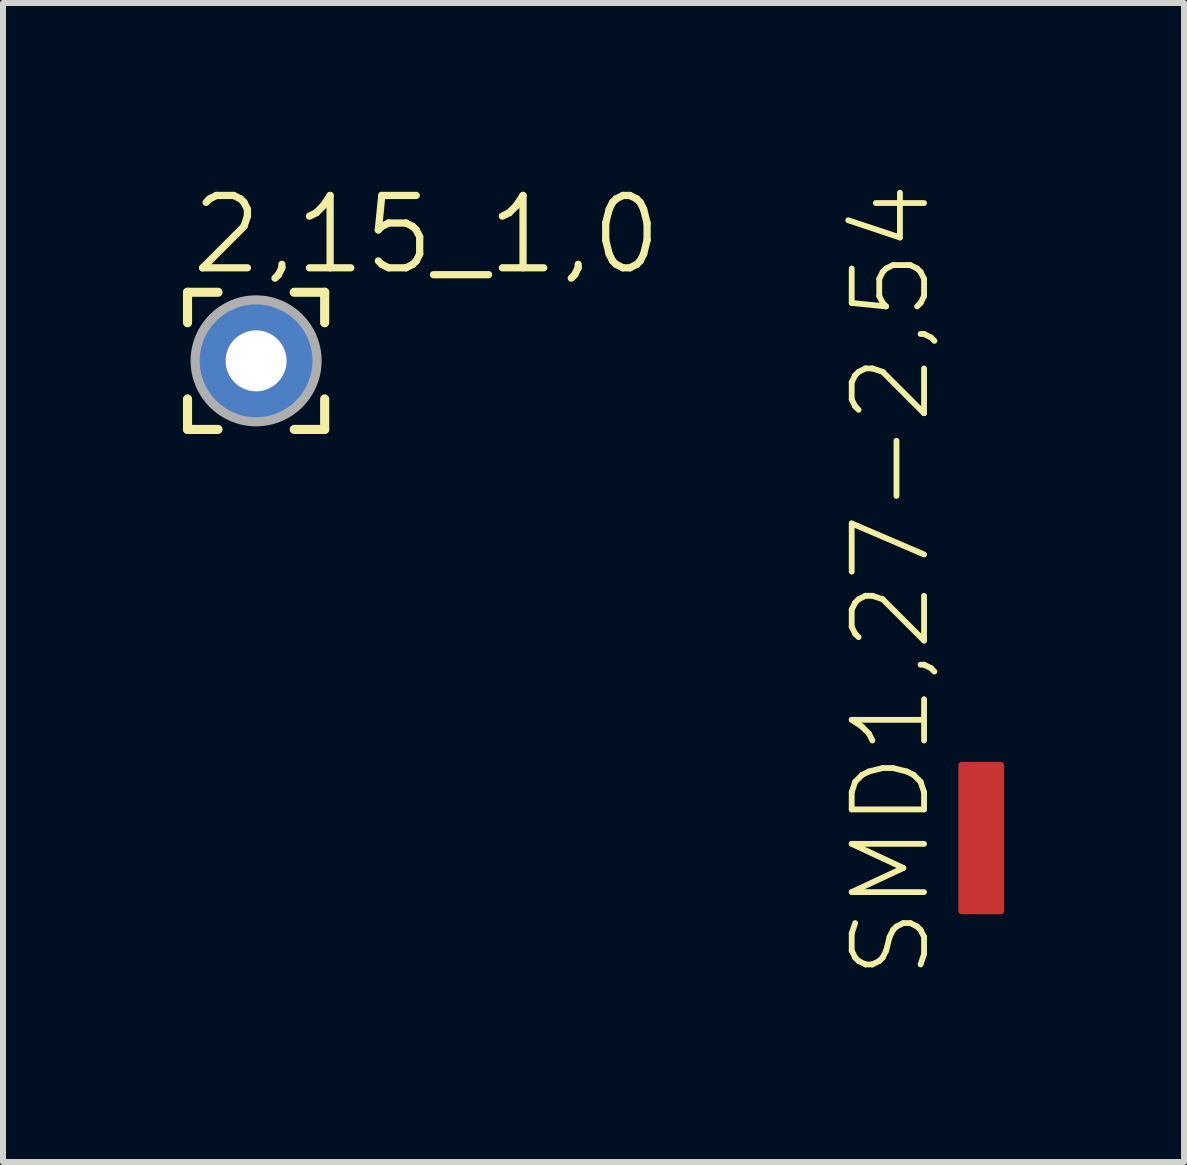
<source format=kicad_pcb>
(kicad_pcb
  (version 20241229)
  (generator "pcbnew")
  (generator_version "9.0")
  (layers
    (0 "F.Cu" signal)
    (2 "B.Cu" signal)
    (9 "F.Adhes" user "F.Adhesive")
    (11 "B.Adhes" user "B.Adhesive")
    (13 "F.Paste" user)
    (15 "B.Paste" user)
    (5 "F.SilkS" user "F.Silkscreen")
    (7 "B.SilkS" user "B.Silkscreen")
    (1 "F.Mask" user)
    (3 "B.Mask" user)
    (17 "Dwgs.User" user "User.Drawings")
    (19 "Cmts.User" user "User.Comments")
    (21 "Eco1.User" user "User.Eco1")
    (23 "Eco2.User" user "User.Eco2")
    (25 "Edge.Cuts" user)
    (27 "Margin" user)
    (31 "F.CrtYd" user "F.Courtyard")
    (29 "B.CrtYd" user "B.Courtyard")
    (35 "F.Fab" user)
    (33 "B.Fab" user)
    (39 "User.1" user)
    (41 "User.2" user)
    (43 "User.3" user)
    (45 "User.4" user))
  (footprint "2,15_1,0"
    (layer "F.Cu")
    (at 1.219 2.965)
    (property "Reference" "2,15_1,0" (at -1.143 -1.397 0) (layer "F.SilkS") (effects (font (size 1.206 1.206) (thickness 0.121)) (justify left bottom)))
    (attr through_hole)
    (fp_line (start -1.143 -1.143) (end -1.143 -0.635) (stroke (width 0.152) (type solid)) (layer "F.SilkS"))
    (fp_line (start -1.143 0.635) (end -1.143 1.143) (stroke (width 0.152) (type solid)) (layer "F.SilkS"))
    (fp_line (start -1.143 1.143) (end -0.635 1.143) (stroke (width 0.152) (type solid)) (layer "F.SilkS"))
    (fp_line (start -0.635 -1.143) (end -1.143 -1.143) (stroke (width 0.152) (type solid)) (layer "F.SilkS"))
    (fp_line (start 1.143 -1.143) (end 0.635 -1.143) (stroke (width 0.152) (type solid)) (layer "F.SilkS"))
    (fp_line (start 1.143 -0.635) (end 1.143 -1.143) (stroke (width 0.152) (type solid)) (layer "F.SilkS"))
    (fp_line (start 1.143 1.143) (end 0.635 1.143) (stroke (width 0.152) (type solid)) (layer "F.SilkS"))
    (fp_line (start 1.143 1.143) (end 1.143 0.635) (stroke (width 0.152) (type solid)) (layer "F.SilkS"))
    (fp_circle (center 0 0) (end 1.016 0) (stroke (width 0.152) (type solid)) (fill no) (layer "F.Fab"))
    (pad "1" thru_hole circle (at 0 0) (size 2.159 2.159) (drill 1.016) (layers "*.Cu" "*.Mask")))
  (footprint "SMD1,27-2,54"
    (layer "F.Cu")
    (at 13.306 10.92)
    (property "Reference" "SMD1,27-2,54" (at -0.8 2.4 90) (layer "F.SilkS") (effects (font (size 1.206 1.206) (thickness 0.097)) (justify left bottom)))
    (attr through_hole)
    (pad "1" smd roundrect (at 0 0) (size 0.762 2.54) (layers "F.Cu" "F.Mask" "F.Paste") (roundrect_rratio 0.067)))
  (gr_rect
    (start -3 -3)
    (end 16.687 16.32)
    (stroke (width 0.1) (type default))
    (fill no)
    (layer "Edge.Cuts")))
</source>
